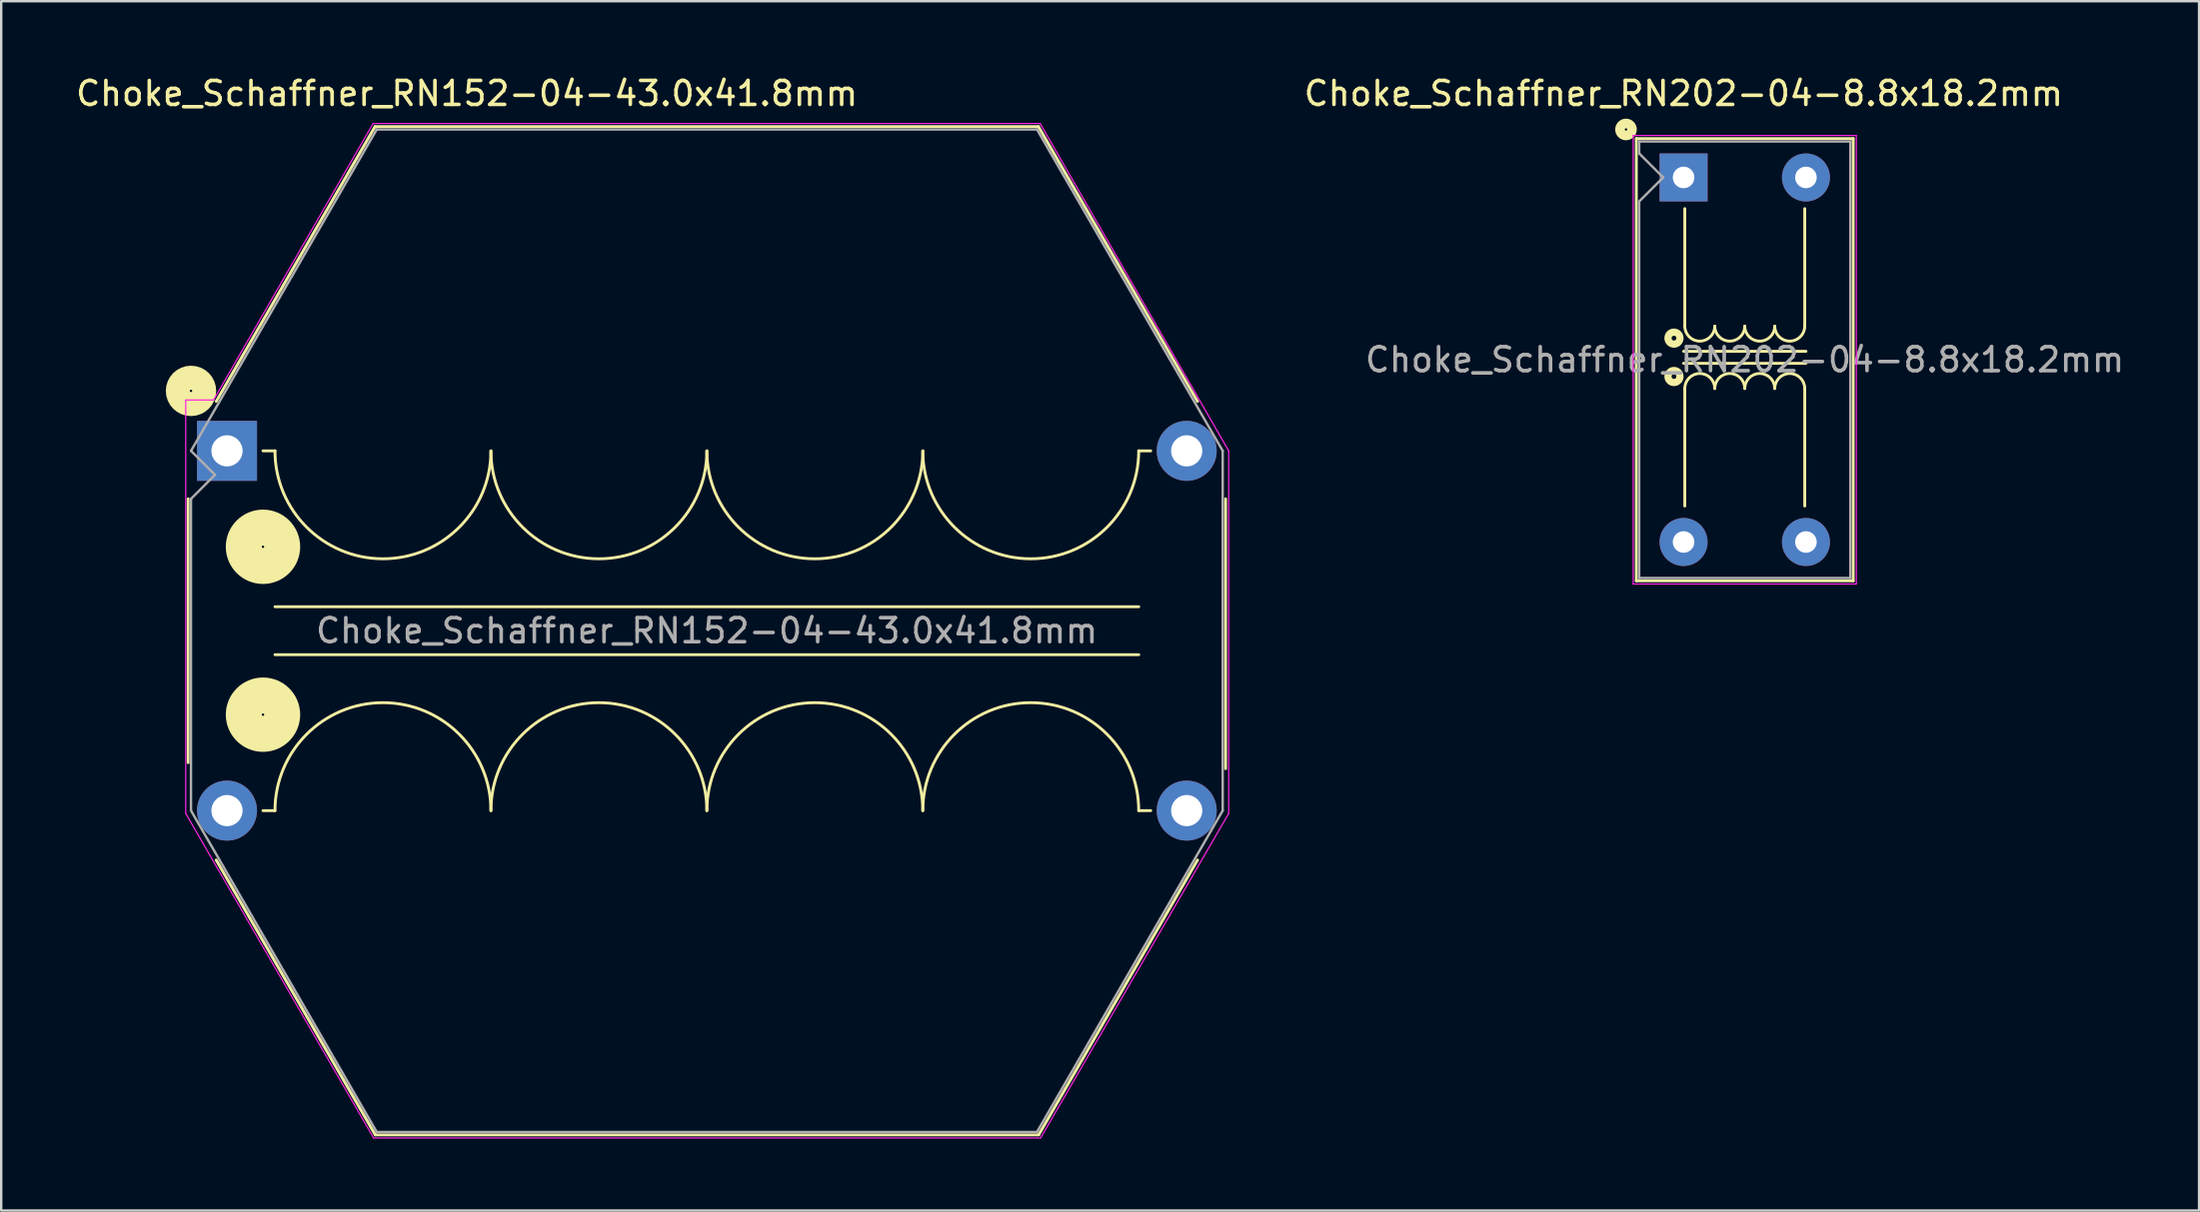
<source format=kicad_pcb>
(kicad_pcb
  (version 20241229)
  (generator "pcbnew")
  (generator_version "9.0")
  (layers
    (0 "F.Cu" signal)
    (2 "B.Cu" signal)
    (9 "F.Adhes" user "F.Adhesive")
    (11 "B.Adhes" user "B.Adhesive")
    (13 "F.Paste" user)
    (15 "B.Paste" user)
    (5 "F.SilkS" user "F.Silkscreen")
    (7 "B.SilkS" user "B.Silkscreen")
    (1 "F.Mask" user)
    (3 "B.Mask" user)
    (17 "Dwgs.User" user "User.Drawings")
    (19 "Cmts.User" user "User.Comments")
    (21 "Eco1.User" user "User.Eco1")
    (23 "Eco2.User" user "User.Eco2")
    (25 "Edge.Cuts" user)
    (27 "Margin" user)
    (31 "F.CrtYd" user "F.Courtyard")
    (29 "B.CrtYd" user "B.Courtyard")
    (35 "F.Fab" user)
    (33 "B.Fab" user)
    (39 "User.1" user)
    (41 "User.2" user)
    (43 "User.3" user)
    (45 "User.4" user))
  (footprint "Choke_Schaffner_RN202-04-8.8x18.2mm"
    (layer "F.Cu")
    (at 67.12 4.348)
    (property "Reference" "Choke_Schaffner_RN202-04-8.8x18.2mm" (at 0 -3.5 0) (layer "F.SilkS") (effects (font (size 1 1) (thickness 0.15))))
    (attr through_hole)
    (fp_line (start -1.97 -1.62) (end 7.07 -1.62) (stroke (width 0.12) (type solid)) (layer "F.SilkS"))
    (fp_line (start -1.97 16.82) (end -1.97 -1.62) (stroke (width 0.12) (type solid)) (layer "F.SilkS"))
    (fp_line (start 0 7.75) (end 5.1 7.75) (stroke (width 0.12) (type solid)) (layer "F.SilkS"))
    (fp_line (start 0.05 1.3) (end 0.05 6.2) (stroke (width 0.12) (type solid)) (layer "F.SilkS"))
    (fp_line (start 0.05 8.8) (end 0.05 13.7) (stroke (width 0.12) (type solid)) (layer "F.SilkS"))
    (fp_line (start 5.05 6.2) (end 5.05 1.3) (stroke (width 0.12) (type solid)) (layer "F.SilkS"))
    (fp_line (start 5.05 13.7) (end 5.05 8.8) (stroke (width 0.12) (type solid)) (layer "F.SilkS"))
    (fp_line (start 5.1 7.25) (end 0 7.25) (stroke (width 0.12) (type solid)) (layer "F.SilkS"))
    (fp_line (start 7.07 -1.62) (end 7.07 16.82) (stroke (width 0.12) (type solid)) (layer "F.SilkS"))
    (fp_line (start 7.07 16.82) (end -1.97 16.82) (stroke (width 0.12) (type solid)) (layer "F.SilkS"))
    (fp_arc (start 0.05 8.8) (mid 0.675 8.175) (end 1.3 8.8) (stroke (width 0.12) (type solid)) (layer "F.SilkS"))
    (fp_arc (start 1.3 6.2) (mid 0.675 6.825) (end 0.05 6.2) (stroke (width 0.12) (type solid)) (layer "F.SilkS"))
    (fp_arc (start 1.3 8.8) (mid 1.925 8.175) (end 2.55 8.8) (stroke (width 0.12) (type solid)) (layer "F.SilkS"))
    (fp_arc (start 2.55 6.2) (mid 1.925 6.825) (end 1.3 6.2) (stroke (width 0.12) (type solid)) (layer "F.SilkS"))
    (fp_arc (start 2.55 8.8) (mid 3.175 8.175) (end 3.8 8.8) (stroke (width 0.12) (type solid)) (layer "F.SilkS"))
    (fp_arc (start 3.8 6.2) (mid 3.175 6.825) (end 2.55 6.2) (stroke (width 0.12) (type solid)) (layer "F.SilkS"))
    (fp_arc (start 3.8 8.8) (mid 4.425 8.175) (end 5.05 8.8) (stroke (width 0.12) (type solid)) (layer "F.SilkS"))
    (fp_arc (start 5.05 6.2) (mid 4.425 6.825) (end 3.8 6.2) (stroke (width 0.12) (type solid)) (layer "F.SilkS"))
    (fp_circle (center -2.4 -2) (end -2.35 -2) (stroke (width 0.4) (type solid)) (fill no) (layer "F.SilkS"))
    (fp_circle (center -0.4 6.7) (end -0.3 6.7) (stroke (width 0.3) (type solid)) (fill no) (layer "F.SilkS"))
    (fp_circle (center -0.4 8.3) (end -0.5 8.3) (stroke (width 0.3) (type solid)) (fill no) (layer "F.SilkS"))
    (fp_line (start -2.1 -1.75) (end -2.1 16.95) (stroke (width 0.05) (type solid)) (layer "F.CrtYd"))
    (fp_line (start -2.1 16.95) (end 7.2 16.95) (stroke (width 0.05) (type solid)) (layer "F.CrtYd"))
    (fp_line (start 7.2 -1.75) (end -2.1 -1.75) (stroke (width 0.05) (type solid)) (layer "F.CrtYd"))
    (fp_line (start 7.2 16.95) (end 7.2 -1.75) (stroke (width 0.05) (type solid)) (layer "F.CrtYd"))
    (fp_line (start -1.85 -1.5) (end 6.95 -1.5) (stroke (width 0.1) (type solid)) (layer "F.Fab"))
    (fp_line (start -1.85 -1) (end -1.85 -1.5) (stroke (width 0.1) (type solid)) (layer "F.Fab"))
    (fp_line (start -1.85 1) (end -0.85 0) (stroke (width 0.1) (type solid)) (layer "F.Fab"))
    (fp_line (start -1.85 16.7) (end -1.85 1) (stroke (width 0.1) (type solid)) (layer "F.Fab"))
    (fp_line (start -0.85 0) (end -1.85 -1) (stroke (width 0.1) (type solid)) (layer "F.Fab"))
    (fp_line (start 6.95 -1.5) (end 6.95 16.7) (stroke (width 0.1) (type solid)) (layer "F.Fab"))
    (fp_line (start 6.95 16.7) (end -1.85 16.7) (stroke (width 0.1) (type solid)) (layer "F.Fab"))
    (fp_text user "${REFERENCE}" (at 2.55 7.6 0) (layer "F.Fab") (effects (font (size 1 1) (thickness 0.15))))
    (pad "1" thru_hole rect (at 0 0) (size 2 2) (drill 0.9) (layers "*.Cu" "*.Mask"))
    (pad "2" thru_hole circle (at 5.1 0) (size 2 2) (drill 0.9) (layers "*.Cu" "*.Mask"))
    (pad "3" thru_hole circle (at 0 15.2) (size 2 2) (drill 0.9) (layers "*.Cu" "*.Mask"))
    (pad "4" thru_hole circle (at 5.1 15.2) (size 2 2) (drill 0.9) (layers "*.Cu" "*.Mask")))
  (footprint "Choke_Schaffner_RN152-04-43.0x41.8mm"
    (layer "F.Cu")
    (at 6.411 15.748)
    (property "Reference" "Choke_Schaffner_RN152-04-43.0x41.8mm" (at 10 -14.9 0) (layer "F.SilkS") (effects (font (size 1 1) (thickness 0.15))))
    (attr through_hole)
    (fp_line (start -1.62 13) (end -1.62 2) (stroke (width 0.12) (type solid)) (layer "F.SilkS"))
    (fp_line (start -0.45 -2.06) (end 6.17 -13.52) (stroke (width 0.12) (type solid)) (layer "F.SilkS"))
    (fp_line (start 2 0) (end 1.5 0) (stroke (width 0.12) (type solid)) (layer "F.SilkS"))
    (fp_line (start 2 8.5) (end 38 8.5) (stroke (width 0.12) (type solid)) (layer "F.SilkS"))
    (fp_line (start 2 15) (end 1.5 15) (stroke (width 0.12) (type solid)) (layer "F.SilkS"))
    (fp_line (start 6.17 -13.52) (end 33.82 -13.52) (stroke (width 0.12) (type solid)) (layer "F.SilkS"))
    (fp_line (start 6.18 28.52) (end -0.45 17.06) (stroke (width 0.12) (type solid)) (layer "F.SilkS"))
    (fp_line (start 33.82 -13.52) (end 40.45 -2.06) (stroke (width 0.12) (type solid)) (layer "F.SilkS"))
    (fp_line (start 33.83 28.52) (end 6.18 28.52) (stroke (width 0.12) (type solid)) (layer "F.SilkS"))
    (fp_line (start 38 0) (end 38.5 0) (stroke (width 0.12) (type solid)) (layer "F.SilkS"))
    (fp_line (start 38 6.5) (end 2 6.5) (stroke (width 0.12) (type solid)) (layer "F.SilkS"))
    (fp_line (start 38 15) (end 38.5 15) (stroke (width 0.12) (type solid)) (layer "F.SilkS"))
    (fp_line (start 40.45 17.06) (end 33.83 28.52) (stroke (width 0.12) (type solid)) (layer "F.SilkS"))
    (fp_line (start 41.62 2) (end 41.62 13.25) (stroke (width 0.12) (type solid)) (layer "F.SilkS"))
    (fp_arc (start 2 15) (mid 6.5 10.5) (end 11 15) (stroke (width 0.12) (type solid)) (layer "F.SilkS"))
    (fp_arc (start 11 0) (mid 6.5 4.5) (end 2 0) (stroke (width 0.12) (type solid)) (layer "F.SilkS"))
    (fp_arc (start 11 15) (mid 15.5 10.5) (end 20 15) (stroke (width 0.12) (type solid)) (layer "F.SilkS"))
    (fp_arc (start 20 0) (mid 15.5 4.5) (end 11 0) (stroke (width 0.12) (type solid)) (layer "F.SilkS"))
    (fp_arc (start 20 15) (mid 24.5 10.5) (end 29 15) (stroke (width 0.12) (type solid)) (layer "F.SilkS"))
    (fp_arc (start 29 0) (mid 24.5 4.5) (end 20 0) (stroke (width 0.12) (type solid)) (layer "F.SilkS"))
    (fp_arc (start 29 15) (mid 33.5 10.5) (end 38 15) (stroke (width 0.12) (type solid)) (layer "F.SilkS"))
    (fp_arc (start 38 0) (mid 33.5 4.5) (end 29 0) (stroke (width 0.12) (type solid)) (layer "F.SilkS"))
    (fp_circle (center -1.5 -2.5) (end -1.45 -2.5) (stroke (width 1) (type solid)) (fill no) (layer "F.SilkS"))
    (fp_circle (center 1.5 4) (end 1.55 4) (stroke (width 1.5) (type solid)) (fill no) (layer "F.SilkS"))
    (fp_circle (center 1.5 11) (end 1.55 11) (stroke (width 1.5) (type solid)) (fill no) (layer "F.SilkS"))
    (fp_line (start -1.72 -2.12) (end -0.56 -2.12) (stroke (width 0.05) (type solid)) (layer "F.CrtYd"))
    (fp_line (start -1.72 15.12) (end -1.72 -2.12) (stroke (width 0.05) (type solid)) (layer "F.CrtYd"))
    (fp_line (start -0.56 -2.12) (end 6.09 -13.65) (stroke (width 0.05) (type solid)) (layer "F.CrtYd"))
    (fp_line (start 6.09 -13.65) (end 33.89 -13.65) (stroke (width 0.05) (type solid)) (layer "F.CrtYd"))
    (fp_line (start 6.11 28.65) (end -1.72 15.12) (stroke (width 0.05) (type solid)) (layer "F.CrtYd"))
    (fp_line (start 33.89 -13.65) (end 41.75 0) (stroke (width 0.05) (type solid)) (layer "F.CrtYd"))
    (fp_line (start 33.91 28.65) (end 6.11 28.65) (stroke (width 0.05) (type solid)) (layer "F.CrtYd"))
    (fp_line (start 41.75 0) (end 41.75 15.12) (stroke (width 0.05) (type solid)) (layer "F.CrtYd"))
    (fp_line (start 41.75 15.12) (end 33.91 28.65) (stroke (width 0.05) (type solid)) (layer "F.CrtYd"))
    (fp_line (start -1.5 0) (end 6.24 -13.4) (stroke (width 0.1) (type solid)) (layer "F.Fab"))
    (fp_line (start -1.5 2) (end -0.5 1) (stroke (width 0.1) (type solid)) (layer "F.Fab"))
    (fp_line (start -1.5 15) (end -1.5 2) (stroke (width 0.1) (type solid)) (layer "F.Fab"))
    (fp_line (start -0.5 1) (end -1.5 0) (stroke (width 0.1) (type solid)) (layer "F.Fab"))
    (fp_line (start 6.24 -13.4) (end 33.76 -13.4) (stroke (width 0.1) (type solid)) (layer "F.Fab"))
    (fp_line (start 6.24 28.4) (end -1.5 15) (stroke (width 0.1) (type solid)) (layer "F.Fab"))
    (fp_line (start 33.76 -13.4) (end 41.5 0) (stroke (width 0.1) (type solid)) (layer "F.Fab"))
    (fp_line (start 33.76 28.4) (end 6.24 28.4) (stroke (width 0.1) (type solid)) (layer "F.Fab"))
    (fp_line (start 41.5 0) (end 41.5 15) (stroke (width 0.1) (type solid)) (layer "F.Fab"))
    (fp_line (start 41.5 15) (end 33.76 28.4) (stroke (width 0.1) (type solid)) (layer "F.Fab"))
    (fp_text user "${REFERENCE}" (at 20 7.5 0) (layer "F.Fab") (effects (font (size 1 1) (thickness 0.15))))
    (pad "1" thru_hole rect (at 0 0) (size 2.5 2.5) (drill 1.3) (layers "*.Cu" "*.Mask"))
    (pad "2" thru_hole circle (at 40 0) (size 2.5 2.5) (drill 1.3) (layers "*.Cu" "*.Mask"))
    (pad "3" thru_hole circle (at 0 15) (size 2.5 2.5) (drill 1.3) (layers "*.Cu" "*.Mask"))
    (pad "4" thru_hole circle (at 40 15) (size 2.5 2.5) (drill 1.3) (layers "*.Cu" "*.Mask")))
  (gr_rect
    (start -3 -3)
    (end 88.605 47.423)
    (stroke (width 0.1) (type default))
    (fill no)
    (layer "Edge.Cuts")))
</source>
